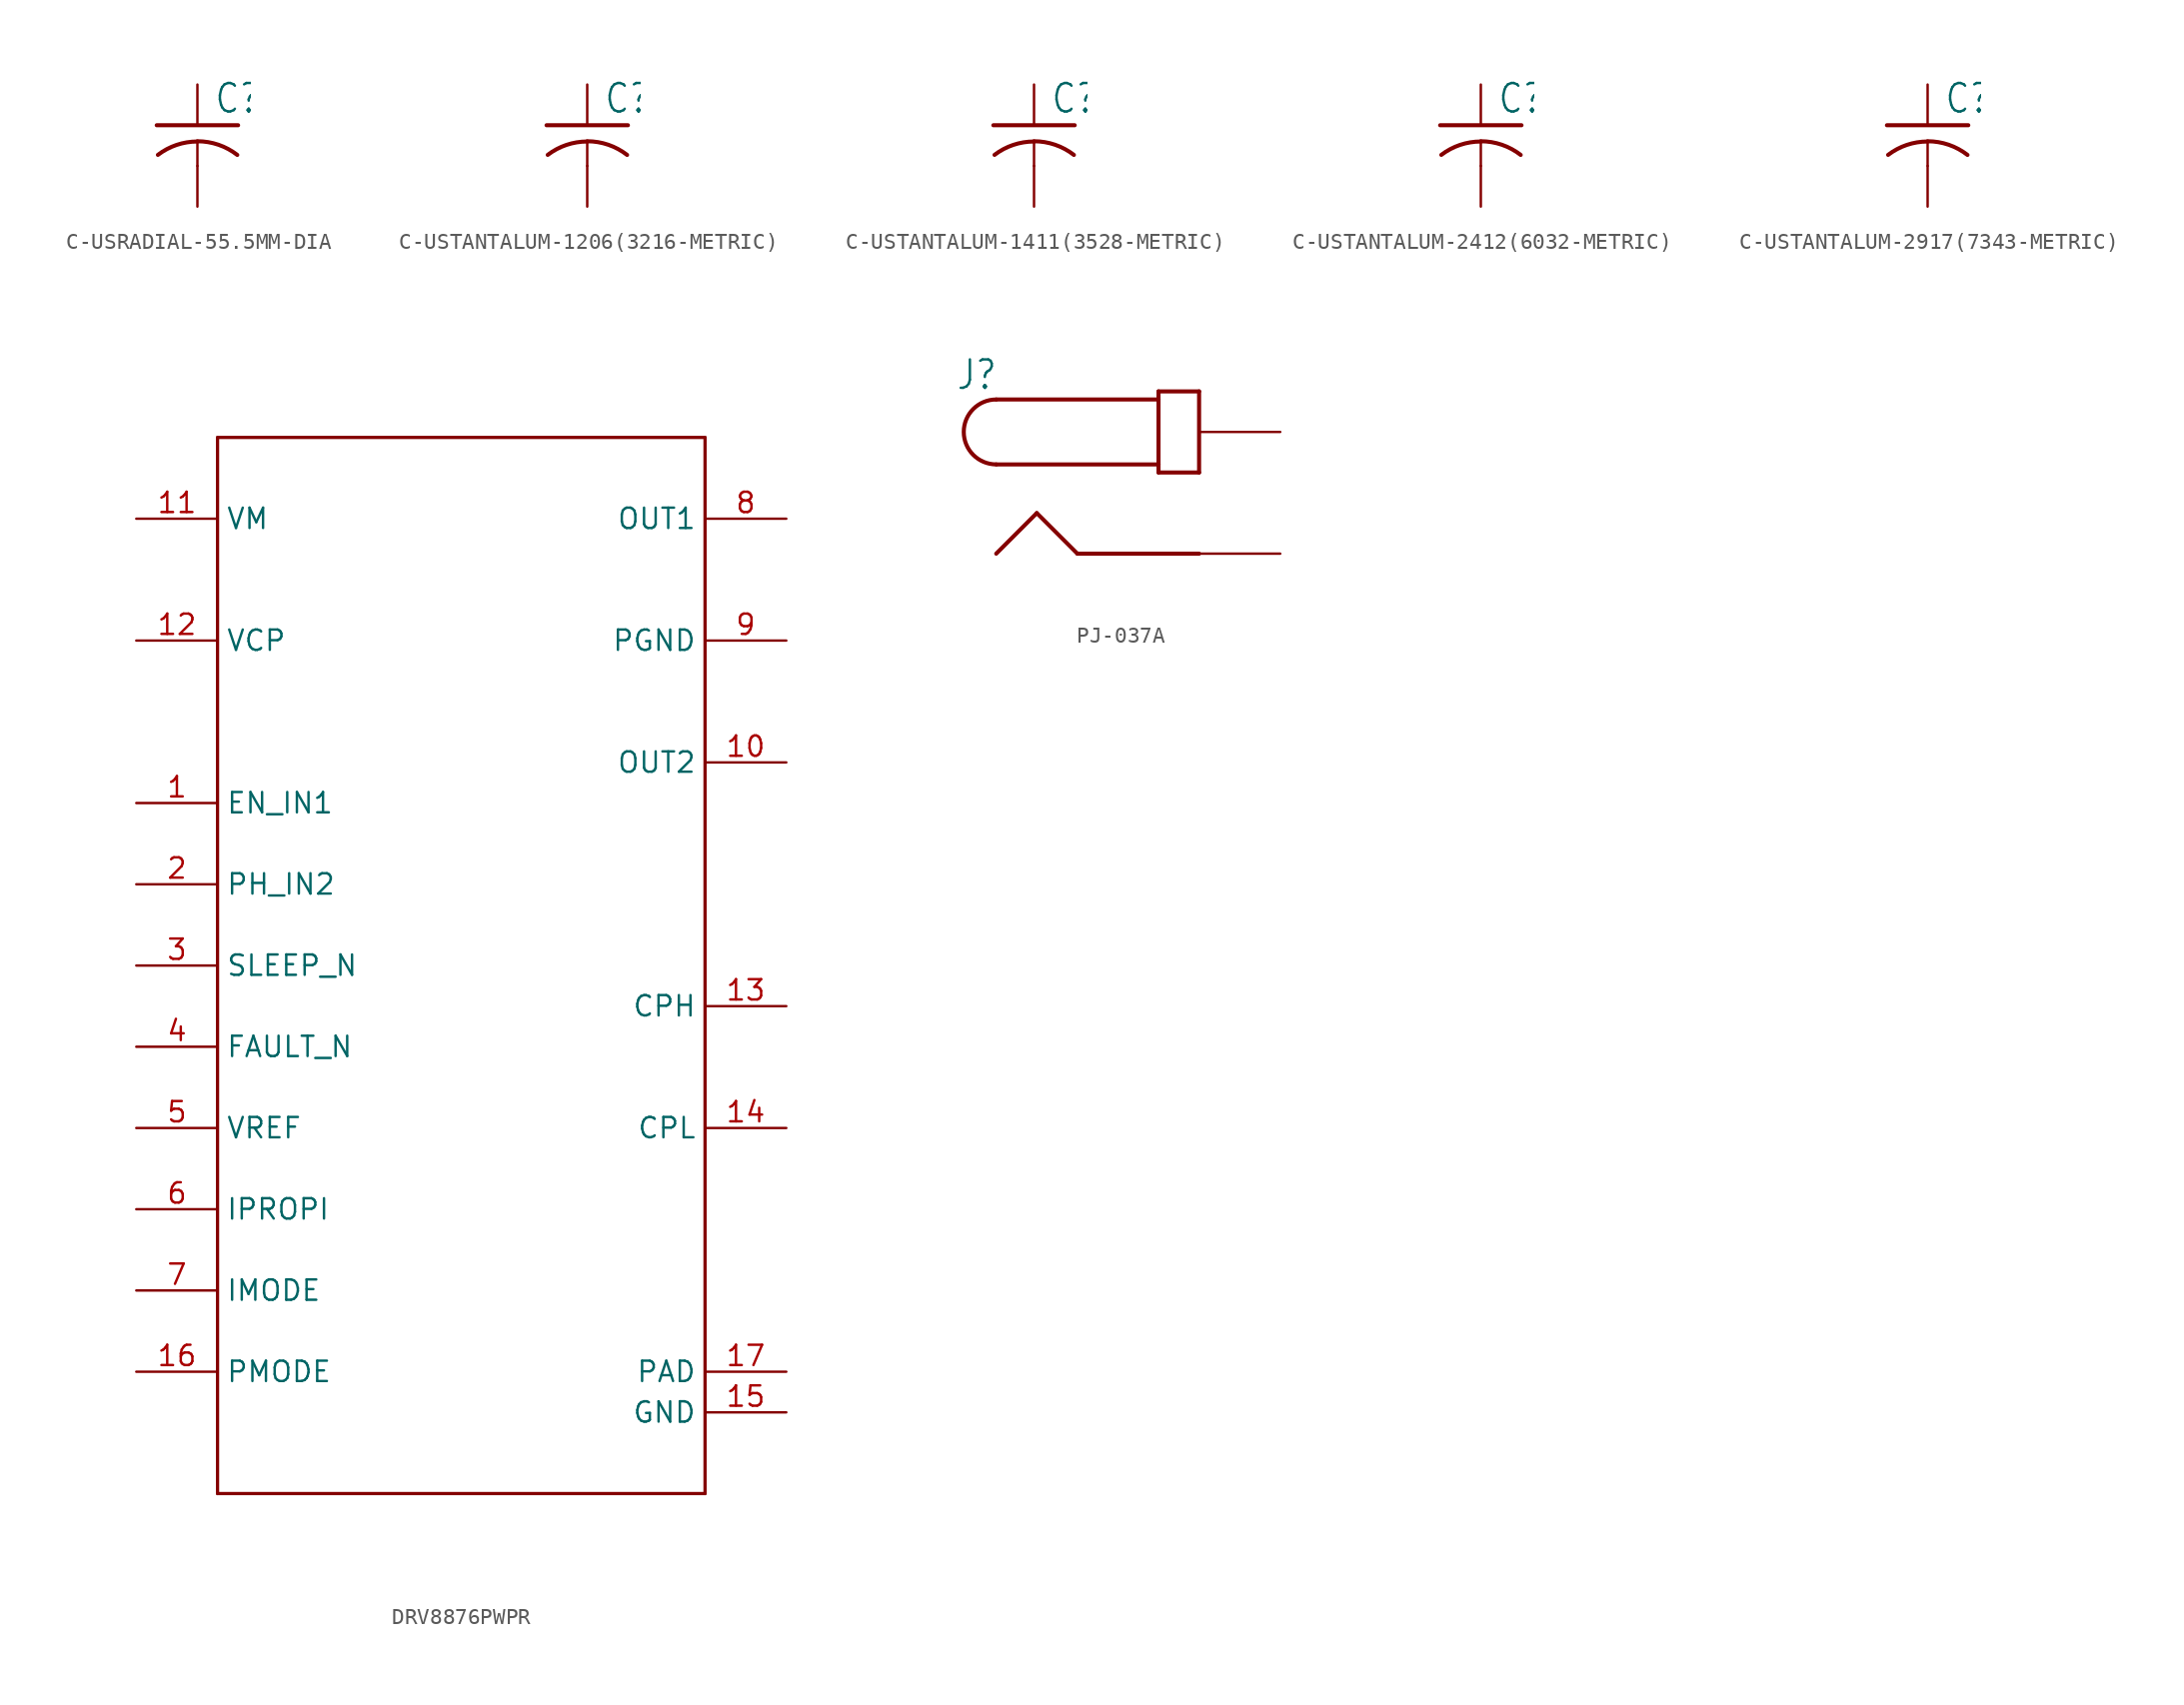
<source format=kicad_sym>
(kicad_symbol_lib
  (version 20220914)
  (generator kicad_symbol_editor)
  (symbol "C-USRADIAL-55.5MM-DIA"
    (property "Reference" "C"
      (at 1.016 0.635 0)
      (effects (font (size 1.778 1.511)) (justify left bottom)))
    (property "Value" ""
      (at 1.016 -4.191 0)
      (effects (font (size 1.778 1.511)) (justify left bottom)))
    (property "ki_locked" ""
      (at 0 0 0)
      (effects (font (size 1.27 1.27))))
    (symbol "C-USRADIAL-55.5MM-DIA_1_0"
      (arc (start 0 -1.0161) (mid -1.302 -1.2303) (end -2.4668 -1.8504) (stroke (width 0.254) (type solid)) (fill (type none)))
      (polyline (pts (xy -2.54 0) (xy 2.54 0)) (stroke (width 0.254) (type solid)) (fill (type none)))
      (polyline (pts (xy 0 -1.016) (xy 0 -2.54)) (stroke (width 0.152) (type solid)) (fill (type none)))
      (arc (start 2.4892 -1.8541) (mid 1.3158 -1.2194) (end 0 -1) (stroke (width 0.254) (type solid)) (fill (type none)))
      (pin passive line (at 0 2.54 270) (length 2.54) (name "1" (effects (font (size 0 0)))) (number "1" (effects (font (size 0 0)))))
      (pin passive line (at 0 -5.08 90) (length 2.54) (name "2" (effects (font (size 0 0)))) (number "2" (effects (font (size 0 0)))))))
  (symbol "C-USTANTALUM-1206(3216-METRIC)"
    (property "Reference" "C"
      (at 1.016 0.635 0)
      (effects (font (size 1.778 1.511)) (justify left bottom)))
    (property "Value" ""
      (at 1.016 -4.191 0)
      (effects (font (size 1.778 1.511)) (justify left bottom)))
    (property "ki_locked" ""
      (at 0 0 0)
      (effects (font (size 1.27 1.27))))
    (symbol "C-USTANTALUM-1206(3216-METRIC)_1_0"
      (arc (start 0 -1.0161) (mid -1.302 -1.2303) (end -2.4668 -1.8504) (stroke (width 0.254) (type solid)) (fill (type none)))
      (polyline (pts (xy -2.54 0) (xy 2.54 0)) (stroke (width 0.254) (type solid)) (fill (type none)))
      (polyline (pts (xy 0 -1.016) (xy 0 -2.54)) (stroke (width 0.152) (type solid)) (fill (type none)))
      (arc (start 2.4892 -1.8541) (mid 1.3158 -1.2194) (end 0 -1) (stroke (width 0.254) (type solid)) (fill (type none)))
      (pin passive line (at 0 2.54 270) (length 2.54) (name "1" (effects (font (size 0 0)))) (number "1" (effects (font (size 0 0)))))
      (pin passive line (at 0 -5.08 90) (length 2.54) (name "2" (effects (font (size 0 0)))) (number "2" (effects (font (size 0 0)))))))
  (symbol "C-USTANTALUM-1411(3528-METRIC)"
    (property "Reference" "C"
      (at 1.016 0.635 0)
      (effects (font (size 1.778 1.511)) (justify left bottom)))
    (property "Value" ""
      (at 1.016 -4.191 0)
      (effects (font (size 1.778 1.511)) (justify left bottom)))
    (property "ki_locked" ""
      (at 0 0 0)
      (effects (font (size 1.27 1.27))))
    (symbol "C-USTANTALUM-1411(3528-METRIC)_1_0"
      (arc (start 0 -1.0161) (mid -1.302 -1.2303) (end -2.4668 -1.8504) (stroke (width 0.254) (type solid)) (fill (type none)))
      (polyline (pts (xy -2.54 0) (xy 2.54 0)) (stroke (width 0.254) (type solid)) (fill (type none)))
      (polyline (pts (xy 0 -1.016) (xy 0 -2.54)) (stroke (width 0.152) (type solid)) (fill (type none)))
      (arc (start 2.4892 -1.8541) (mid 1.3158 -1.2194) (end 0 -1) (stroke (width 0.254) (type solid)) (fill (type none)))
      (pin passive line (at 0 2.54 270) (length 2.54) (name "1" (effects (font (size 0 0)))) (number "1" (effects (font (size 0 0)))))
      (pin passive line (at 0 -5.08 90) (length 2.54) (name "2" (effects (font (size 0 0)))) (number "2" (effects (font (size 0 0)))))))
  (symbol "C-USTANTALUM-2412(6032-METRIC)"
    (property "Reference" "C"
      (at 1.016 0.635 0)
      (effects (font (size 1.778 1.511)) (justify left bottom)))
    (property "Value" ""
      (at 1.016 -4.191 0)
      (effects (font (size 1.778 1.511)) (justify left bottom)))
    (property "ki_locked" ""
      (at 0 0 0)
      (effects (font (size 1.27 1.27))))
    (symbol "C-USTANTALUM-2412(6032-METRIC)_1_0"
      (arc (start 0 -1.0161) (mid -1.302 -1.2303) (end -2.4668 -1.8504) (stroke (width 0.254) (type solid)) (fill (type none)))
      (polyline (pts (xy -2.54 0) (xy 2.54 0)) (stroke (width 0.254) (type solid)) (fill (type none)))
      (polyline (pts (xy 0 -1.016) (xy 0 -2.54)) (stroke (width 0.152) (type solid)) (fill (type none)))
      (arc (start 2.4892 -1.8541) (mid 1.3158 -1.2194) (end 0 -1) (stroke (width 0.254) (type solid)) (fill (type none)))
      (pin passive line (at 0 2.54 270) (length 2.54) (name "1" (effects (font (size 0 0)))) (number "1" (effects (font (size 0 0)))))
      (pin passive line (at 0 -5.08 90) (length 2.54) (name "2" (effects (font (size 0 0)))) (number "2" (effects (font (size 0 0)))))))
  (symbol "C-USTANTALUM-2917(7343-METRIC)"
    (property "Reference" "C"
      (at 1.016 0.635 0)
      (effects (font (size 1.778 1.511)) (justify left bottom)))
    (property "Value" ""
      (at 1.016 -4.191 0)
      (effects (font (size 1.778 1.511)) (justify left bottom)))
    (property "ki_locked" ""
      (at 0 0 0)
      (effects (font (size 1.27 1.27))))
    (symbol "C-USTANTALUM-2917(7343-METRIC)_1_0"
      (arc (start 0 -1.0161) (mid -1.302 -1.2303) (end -2.4668 -1.8504) (stroke (width 0.254) (type solid)) (fill (type none)))
      (polyline (pts (xy -2.54 0) (xy 2.54 0)) (stroke (width 0.254) (type solid)) (fill (type none)))
      (polyline (pts (xy 0 -1.016) (xy 0 -2.54)) (stroke (width 0.152) (type solid)) (fill (type none)))
      (arc (start 2.4892 -1.8541) (mid 1.3158 -1.2194) (end 0 -1) (stroke (width 0.254) (type solid)) (fill (type none)))
      (pin passive line (at 0 2.54 270) (length 2.54) (name "1" (effects (font (size 0 0)))) (number "1" (effects (font (size 0 0)))))
      (pin passive line (at 0 -5.08 90) (length 2.54) (name "2" (effects (font (size 0 0)))) (number "2" (effects (font (size 0 0)))))))
  (symbol "DRV8876PWPR"
    (property "Reference" "U"
      (at -4.724 1.499 0)
      (effects (font (size 2.083 1.77)) (justify left bottom) hide))
    (property "ki_locked" ""
      (at 0 0 0)
      (effects (font (size 1.27 1.27))))
    (symbol "DRV8876PWPR_1_0"
      (polyline (pts (xy -15.24 -33.02) (xy 15.24 -33.02)) (stroke (width 0.203) (type solid)) (fill (type none)))
      (polyline (pts (xy -15.24 33.02) (xy -15.24 -33.02)) (stroke (width 0.203) (type solid)) (fill (type none)))
      (polyline (pts (xy 15.24 -33.02) (xy 15.24 33.02)) (stroke (width 0.203) (type solid)) (fill (type none)))
      (polyline (pts (xy 15.24 33.02) (xy -15.24 33.02)) (stroke (width 0.203) (type solid)) (fill (type none)))
      (pin input line (at -20.32 10.16 0) (length 5.08) (name "EN_IN1" (effects (font (size 1.27 1.27)))) (number "1" (effects (font (size 1.27 1.27)))))
      (pin output line (at 20.32 12.7 180) (length 5.08) (name "OUT2" (effects (font (size 1.27 1.27)))) (number "10" (effects (font (size 1.27 1.27)))))
      (pin power_in line (at -20.32 27.94 0) (length 5.08) (name "VM" (effects (font (size 1.27 1.27)))) (number "11" (effects (font (size 1.27 1.27)))))
      (pin power_in line (at -20.32 20.32 0) (length 5.08) (name "VCP" (effects (font (size 1.27 1.27)))) (number "12" (effects (font (size 1.27 1.27)))))
      (pin power_in line (at 20.32 -2.54 180) (length 5.08) (name "CPH" (effects (font (size 1.27 1.27)))) (number "13" (effects (font (size 1.27 1.27)))))
      (pin power_in line (at 20.32 -10.16 180) (length 5.08) (name "CPL" (effects (font (size 1.27 1.27)))) (number "14" (effects (font (size 1.27 1.27)))))
      (pin power_in line (at 20.32 -27.94 180) (length 5.08) (name "GND" (effects (font (size 1.27 1.27)))) (number "15" (effects (font (size 1.27 1.27)))))
      (pin input line (at -20.32 -25.4 0) (length 5.08) (name "PMODE" (effects (font (size 1.27 1.27)))) (number "16" (effects (font (size 1.27 1.27)))))
      (pin power_in line (at 20.32 -25.4 180) (length 5.08) (name "PAD" (effects (font (size 1.27 1.27)))) (number "17" (effects (font (size 1.27 1.27)))))
      (pin input line (at -20.32 5.08 0) (length 5.08) (name "PH_IN2" (effects (font (size 1.27 1.27)))) (number "2" (effects (font (size 1.27 1.27)))))
      (pin input line (at -20.32 0 0) (length 5.08) (name "SLEEP_N" (effects (font (size 1.27 1.27)))) (number "3" (effects (font (size 1.27 1.27)))))
      (pin open_collector line (at -20.32 -5.08 0) (length 5.08) (name "FAULT_N" (effects (font (size 1.27 1.27)))) (number "4" (effects (font (size 1.27 1.27)))))
      (pin power_in line (at -20.32 -10.16 0) (length 5.08) (name "VREF" (effects (font (size 1.27 1.27)))) (number "5" (effects (font (size 1.27 1.27)))))
      (pin output line (at -20.32 -15.24 0) (length 5.08) (name "IPROPI" (effects (font (size 1.27 1.27)))) (number "6" (effects (font (size 1.27 1.27)))))
      (pin input line (at -20.32 -20.32 0) (length 5.08) (name "IMODE" (effects (font (size 1.27 1.27)))) (number "7" (effects (font (size 1.27 1.27)))))
      (pin output line (at 20.32 27.94 180) (length 5.08) (name "OUT1" (effects (font (size 1.27 1.27)))) (number "8" (effects (font (size 1.27 1.27)))))
      (pin power_in line (at 20.32 20.32 180) (length 5.08) (name "PGND" (effects (font (size 1.27 1.27)))) (number "9" (effects (font (size 1.27 1.27)))))))
  (symbol "PJ-037A"
    (property "Reference" "J"
      (at -10.16 7.62 0)
      (effects (font (size 1.778 1.511)) (justify left bottom)))
    (property "Value" ""
      (at -10.16 -5.08 0)
      (effects (font (size 1.778 1.511)) (justify left bottom)))
    (property "ki_locked" ""
      (at 0 0 0)
      (effects (font (size 1.27 1.27))))
    (symbol "PJ-037A_1_0"
      (arc (start -7.62 7.112) (mid -9.652 5.08) (end -7.62 3.048) (stroke (width 0.254) (type solid)) (fill (type none)))
      (polyline (pts (xy -7.62 3.048) (xy 2.54 3.048)) (stroke (width 0.254) (type solid)) (fill (type none)))
      (polyline (pts (xy -7.62 7.112) (xy 2.54 7.112)) (stroke (width 0.254) (type solid)) (fill (type none)))
      (polyline (pts (xy -5.08 0) (xy -7.62 -2.54)) (stroke (width 0.254) (type solid)) (fill (type none)))
      (polyline (pts (xy -2.54 -2.54) (xy -5.08 0)) (stroke (width 0.254) (type solid)) (fill (type none)))
      (polyline (pts (xy 2.54 2.54) (xy 2.54 3.048)) (stroke (width 0.254) (type solid)) (fill (type none)))
      (polyline (pts (xy 2.54 3.048) (xy 2.54 7.112)) (stroke (width 0.254) (type solid)) (fill (type none)))
      (polyline (pts (xy 2.54 7.112) (xy 2.54 7.62)) (stroke (width 0.254) (type solid)) (fill (type none)))
      (polyline (pts (xy 2.54 7.62) (xy 5.08 7.62)) (stroke (width 0.254) (type solid)) (fill (type none)))
      (polyline (pts (xy 5.08 -2.54) (xy -2.54 -2.54)) (stroke (width 0.254) (type solid)) (fill (type none)))
      (polyline (pts (xy 5.08 2.54) (xy 2.54 2.54)) (stroke (width 0.254) (type solid)) (fill (type none)))
      (polyline (pts (xy 5.08 7.62) (xy 5.08 2.54)) (stroke (width 0.254) (type solid)) (fill (type none)))
      (pin bidirectional line (at 10.16 -2.54 180) (length 5.08) (name "2" (effects (font (size 0 0)))) (number "P$1" (effects (font (size 0 0)))))
      (pin bidirectional line (at 10.16 5.08 180) (length 5.08) (name "1" (effects (font (size 0 0)))) (number "P$2" (effects (font (size 0 0))))))))
</source>
